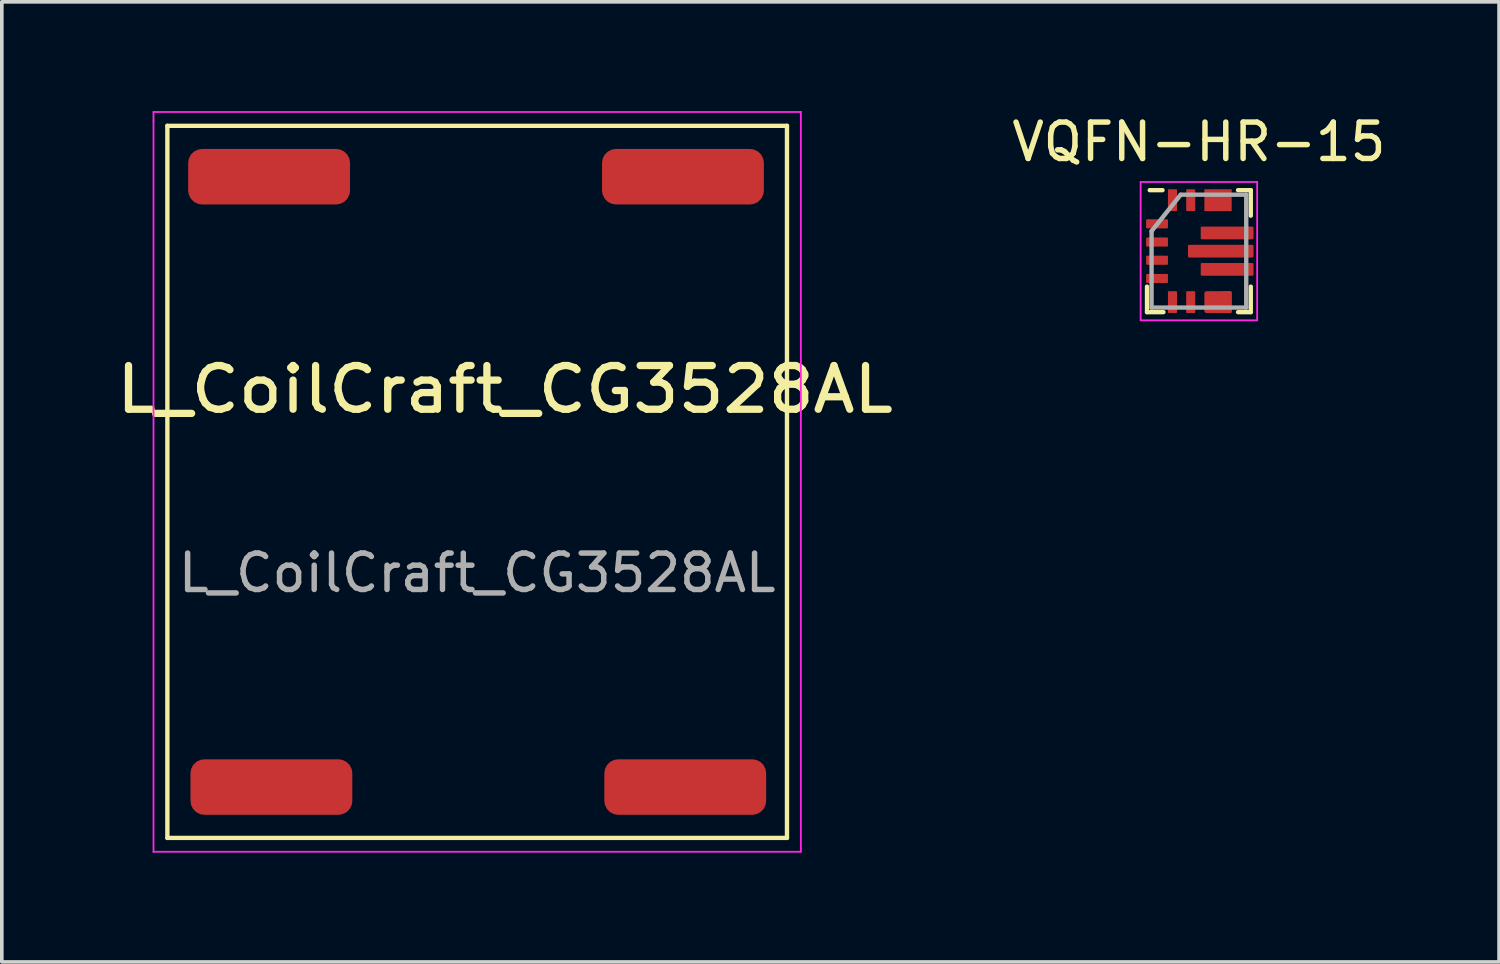
<source format=kicad_pcb>
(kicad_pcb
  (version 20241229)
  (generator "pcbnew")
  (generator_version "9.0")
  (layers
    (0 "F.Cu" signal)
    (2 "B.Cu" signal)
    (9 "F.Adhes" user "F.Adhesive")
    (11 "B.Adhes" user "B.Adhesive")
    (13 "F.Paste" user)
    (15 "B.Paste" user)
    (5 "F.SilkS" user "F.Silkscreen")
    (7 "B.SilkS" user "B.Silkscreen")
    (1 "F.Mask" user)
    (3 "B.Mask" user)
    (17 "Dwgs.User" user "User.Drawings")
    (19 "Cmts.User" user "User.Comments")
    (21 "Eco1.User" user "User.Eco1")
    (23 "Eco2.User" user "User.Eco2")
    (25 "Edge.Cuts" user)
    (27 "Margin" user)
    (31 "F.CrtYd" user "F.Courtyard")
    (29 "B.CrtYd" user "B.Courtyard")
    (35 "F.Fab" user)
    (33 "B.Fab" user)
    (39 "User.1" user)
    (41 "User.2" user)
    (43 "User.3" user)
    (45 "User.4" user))
  (footprint "VQFN-HR-15"
    (layer "F.Cu")
    (at 29.879 3.848)
    (property "Reference" "VQFN-HR-15" (at 0 -3 0) (layer "F.SilkS") (effects (font (size 1 1) (thickness 0.15))))
    (attr smd)
    (fp_rect (start 0.3 -1.25) (end 0.72 -1.25) (stroke (width 0.2) (type solid)) (fill no) (layer "F.Cu"))
    (fp_rect (start 0.72 -1.2) (end 0.35 -1.2) (stroke (width 0.2) (type solid)) (fill no) (layer "F.Cu"))
    (fp_poly (pts (xy 0.15 -1.7) (xy 0.15 -1.1) (xy 0.4 -1.1) (xy 0.9 -1.1) (xy 0.9 -1.7) (xy 0.65 -1.7) (xy 0.65 -1.35) (xy 0.4 -1.35) (xy 0.4 -1.7)) (stroke (width 0) (type solid)) (fill yes) (layer "F.Mask"))
    (fp_poly (pts (xy 0.9 1.7) (xy 0.9 1.1) (xy 0.65 1.1) (xy 0.15 1.1) (xy 0.15 1.7) (xy 0.4 1.7) (xy 0.4 1.35) (xy 0.65 1.35) (xy 0.65 1.7)) (stroke (width 0) (type solid)) (fill yes) (layer "F.Mask"))
    (fp_line (start -1.425 0.975) (end -1.425 1.675) (stroke (width 0.12) (type solid)) (layer "F.SilkS"))
    (fp_line (start -1.425 1.675) (end -0.975 1.675) (stroke (width 0.12) (type solid)) (layer "F.SilkS"))
    (fp_line (start -1.35 -1.675) (end -1 -1.675) (stroke (width 0.12) (type solid)) (layer "F.SilkS"))
    (fp_line (start 1.075 -1.675) (end 1.425 -1.675) (stroke (width 0.12) (type solid)) (layer "F.SilkS"))
    (fp_line (start 1.075 1.675) (end 1.425 1.675) (stroke (width 0.12) (type solid)) (layer "F.SilkS"))
    (fp_line (start 1.425 -1.675) (end 1.425 -0.975) (stroke (width 0.12) (type solid)) (layer "F.SilkS"))
    (fp_line (start 1.425 1.675) (end 1.425 0.975) (stroke (width 0.12) (type solid)) (layer "F.SilkS"))
    (fp_poly (pts (xy 0.15 -1.7) (xy 0.15 -1.1) (xy 0.4 -1.1) (xy 0.9 -1.1) (xy 0.9 -1.7) (xy 0.65 -1.7) (xy 0.65 -1.35) (xy 0.4 -1.35) (xy 0.4 -1.7)) (stroke (width 0) (type solid)) (fill yes) (layer "F.Paste"))
    (fp_poly (pts (xy 0.9 1.7) (xy 0.9 1.1) (xy 0.65 1.1) (xy 0.15 1.1) (xy 0.15 1.7) (xy 0.4 1.7) (xy 0.4 1.35) (xy 0.65 1.35) (xy 0.65 1.7)) (stroke (width 0) (type solid)) (fill yes) (layer "F.Paste"))
    (fp_line (start -1.6 -1.9) (end 1.6 -1.9) (stroke (width 0.05) (type solid)) (layer "F.CrtYd"))
    (fp_line (start -1.6 1.9) (end -1.6 -1.9) (stroke (width 0.05) (type solid)) (layer "F.CrtYd"))
    (fp_line (start 1.6 -1.9) (end 1.6 1.9) (stroke (width 0.05) (type solid)) (layer "F.CrtYd"))
    (fp_line (start 1.6 1.9) (end -1.6 1.9) (stroke (width 0.05) (type solid)) (layer "F.CrtYd"))
    (fp_line (start -1.3 -0.55) (end -0.5 -1.55) (stroke (width 0.12) (type solid)) (layer "F.Fab"))
    (fp_line (start -1.3 1.55) (end -1.3 -0.55) (stroke (width 0.12) (type solid)) (layer "F.Fab"))
    (fp_line (start -0.5 -1.55) (end 1.3 -1.55) (stroke (width 0.12) (type solid)) (layer "F.Fab"))
    (fp_line (start 1.3 -1.55) (end 1.3 1.55) (stroke (width 0.12) (type solid)) (layer "F.Fab"))
    (fp_line (start 1.3 1.55) (end -1.3 1.55) (stroke (width 0.12) (type solid)) (layer "F.Fab"))
    (pad "" smd roundrect (at 0.14 0 90) (size 0.25 0.72) (layers "F.Paste") (roundrect_rratio 0.1))
    (pad "" smd roundrect (at 0.388 -0.5 90) (size 0.25 0.575) (layers "F.Paste") (roundrect_rratio 0.1))
    (pad "" smd roundrect (at 0.388 0.5 90) (size 0.25 0.575) (layers "F.Paste") (roundrect_rratio 0.1))
    (pad "" smd roundrect (at 0.6 0) (size 1.7 0.25) (layers "F.Mask") (roundrect_rratio 0.1))
    (pad "" smd roundrect (at 0.775 -0.5) (size 1.35 0.25) (layers "F.Mask") (roundrect_rratio 0.1))
    (pad "" smd roundrect (at 0.775 0.5) (size 1.35 0.25) (layers "F.Mask") (roundrect_rratio 0.1))
    (pad "" smd roundrect (at 1.06 0 90) (size 0.25 0.72) (layers "F.Paste") (roundrect_rratio 0.1))
    (pad "" smd roundrect (at 1.163 -0.5 90) (size 0.25 0.575) (layers "F.Paste") (roundrect_rratio 0.1))
    (pad "" smd roundrect (at 1.163 0.5 90) (size 0.25 0.575) (layers "F.Paste") (roundrect_rratio 0.1))
    (pad "1" smd roundrect (at -1.15 -0.75 270) (size 0.25 0.6) (layers "F.Cu" "F.Mask" "F.Paste") (roundrect_rratio 0.1))
    (pad "2" smd roundrect (at -1.15 -0.25 270) (size 0.25 0.6) (layers "F.Cu" "F.Mask" "F.Paste") (roundrect_rratio 0.1))
    (pad "3" smd roundrect (at -1.15 0.25 90) (size 0.25 0.6) (layers "F.Cu" "F.Mask" "F.Paste") (roundrect_rratio 0.1))
    (pad "4" smd roundrect (at -1.15 0.75 90) (size 0.25 0.6) (layers "F.Cu" "F.Mask" "F.Paste") (roundrect_rratio 0.1))
    (pad "5" smd roundrect (at -0.725 1.4) (size 0.25 0.6) (layers "F.Cu" "F.Mask" "F.Paste") (roundrect_rratio 0.1))
    (pad "6" smd roundrect (at -0.225 1.4) (size 0.25 0.6) (layers "F.Cu" "F.Mask" "F.Paste") (roundrect_rratio 0.1))
    (pad "7" smd roundrect (at 0.525 1.4 180) (size 0.75 0.6) (layers "F.Cu") (roundrect_rratio 0.1))
    (pad "8" smd roundrect (at 0.775 1.4 180) (size 0.25 0.6) (layers "F.Cu") (roundrect_rratio 0.1))
    (pad "9" smd roundrect (at 0.775 0.5) (size 1.45 0.35) (layers "F.Cu") (roundrect_rratio 0.1))
    (pad "10" smd roundrect (at 0.6 0) (size 1.8 0.35) (layers "F.Cu") (roundrect_rratio 0.1))
    (pad "11" smd roundrect (at 0.775 -0.5) (size 1.45 0.35) (layers "F.Cu") (roundrect_rratio 0.1))
    (pad "12" smd rect (at 0.525 -1.4) (size 0.75 0.6) (layers "F.Cu"))
    (pad "14" smd roundrect (at -0.225 -1.4 180) (size 0.25 0.6) (layers "F.Cu" "F.Mask" "F.Paste") (roundrect_rratio 0.1))
    (pad "15" smd roundrect (at -0.725 -1.4 180) (size 0.25 0.6) (layers "F.Cu" "F.Mask" "F.Paste") (roundrect_rratio 0.1)))
  (footprint "L_CoilCraft_CG3528AL"
    (layer "F.Cu")
    (at 10.056 10.185)
    (property "Reference" "L_CoilCraft_CG3528AL" (at 0.762 -2.54 0) (unlocked yes) (layer "F.SilkS") (effects (font (size 1.2 1.3) (thickness 0.2))))
    (attr smd)
    (fp_line (start -8.509 9.779) (end -8.509 -9.779) (stroke (width 0.12) (type solid)) (layer "F.SilkS"))
    (fp_line (start -8.509 9.779) (end 8.509 9.779) (stroke (width 0.12) (type solid)) (layer "F.SilkS"))
    (fp_line (start 8.509 -9.779) (end -8.509 -9.779) (stroke (width 0.12) (type solid)) (layer "F.SilkS"))
    (fp_line (start 8.509 9.779) (end 8.509 -9.779) (stroke (width 0.12) (type solid)) (layer "F.SilkS"))
    (fp_line (start -8.89 -10.16) (end -8.89 -9.906) (stroke (width 0.05) (type solid)) (layer "F.CrtYd"))
    (fp_line (start -8.89 -9.906) (end -8.89 10.16) (stroke (width 0.05) (type solid)) (layer "F.CrtYd"))
    (fp_line (start -8.89 10.16) (end 8.89 10.16) (stroke (width 0.05) (type solid)) (layer "F.CrtYd"))
    (fp_line (start 8.89 -10.16) (end -8.89 -10.16) (stroke (width 0.05) (type solid)) (layer "F.CrtYd"))
    (fp_line (start 8.89 10.16) (end 8.89 -10.16) (stroke (width 0.05) (type solid)) (layer "F.CrtYd"))
    (fp_text user "${REFERENCE}" (at 0 2.5 0) (unlocked yes) (layer "F.Fab") (effects (font (size 1 1) (thickness 0.15))))
    (pad "1" smd roundrect (at 5.652 -8.382) (size 4.445 1.524) (layers "F.Cu" "F.Mask" "F.Paste") (roundrect_rratio 0.25))
    (pad "2" smd roundrect (at -5.715 -8.382) (size 4.445 1.524) (layers "F.Cu" "F.Mask" "F.Paste") (roundrect_rratio 0.25))
    (pad "3" smd roundrect (at -5.652 8.382) (size 4.445 1.524) (layers "F.Cu" "F.Mask" "F.Paste") (roundrect_rratio 0.25))
    (pad "4" smd roundrect (at 5.715 8.382) (size 4.445 1.524) (layers "F.Cu" "F.Mask" "F.Paste") (roundrect_rratio 0.25)))
  (gr_rect
    (start -3 -3)
    (end 38.123 23.37)
    (stroke (width 0.1) (type default))
    (fill no)
    (layer "Edge.Cuts")))
</source>
